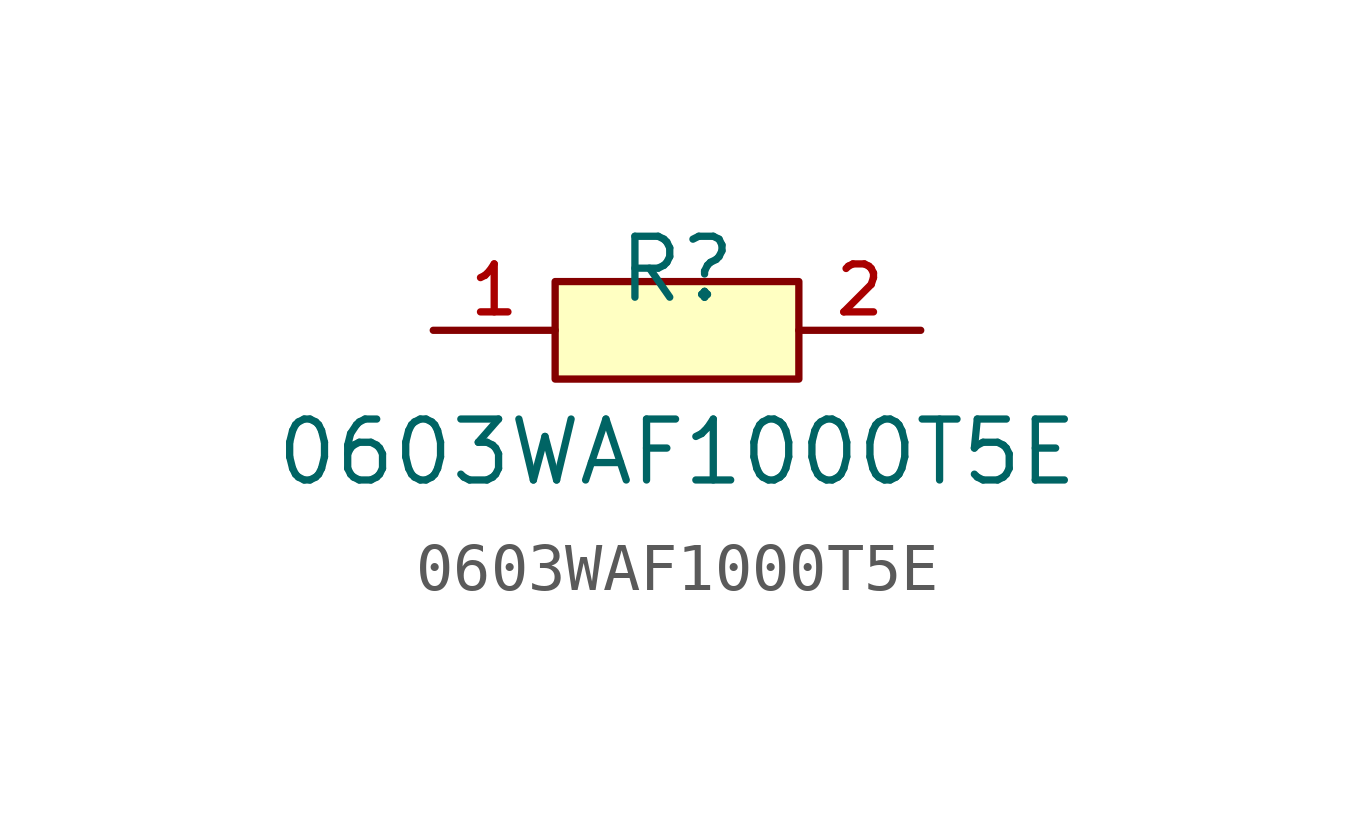
<source format=kicad_sym>
(kicad_symbol_lib
  (version 20210201)
  (generator TousstNicolas/JLC2KiCad_lib)
  (symbol "0603WAF1000T5E"
    (pin_names hide)
    (property "Reference" "R"
      (at 0 1.27 0)
      (effects (font (size 1.27 1.27))))
    (property "Value" "0603WAF1000T5E"
      (at 0 -2.54 0)
      (effects (font (size 1.27 1.27))))
    (symbol "0603WAF1000T5E_0_1"
      (pin input line (at 5.08 -0.0 180) (length 2.54) (name "2" (effects (font (size 1 1)))) (number "2" (effects (font (size 1 1)))))
      (pin input line (at -5.08 -0.0 0) (length 2.54) (name "1" (effects (font (size 1 1)))) (number "1" (effects (font (size 1 1)))))
      (rectangle (start -2.54 1.016) (end 2.54 -1.016) (stroke (width 0) (type default) (color 0 0 0 0)) (fill (type background))))))
</source>
